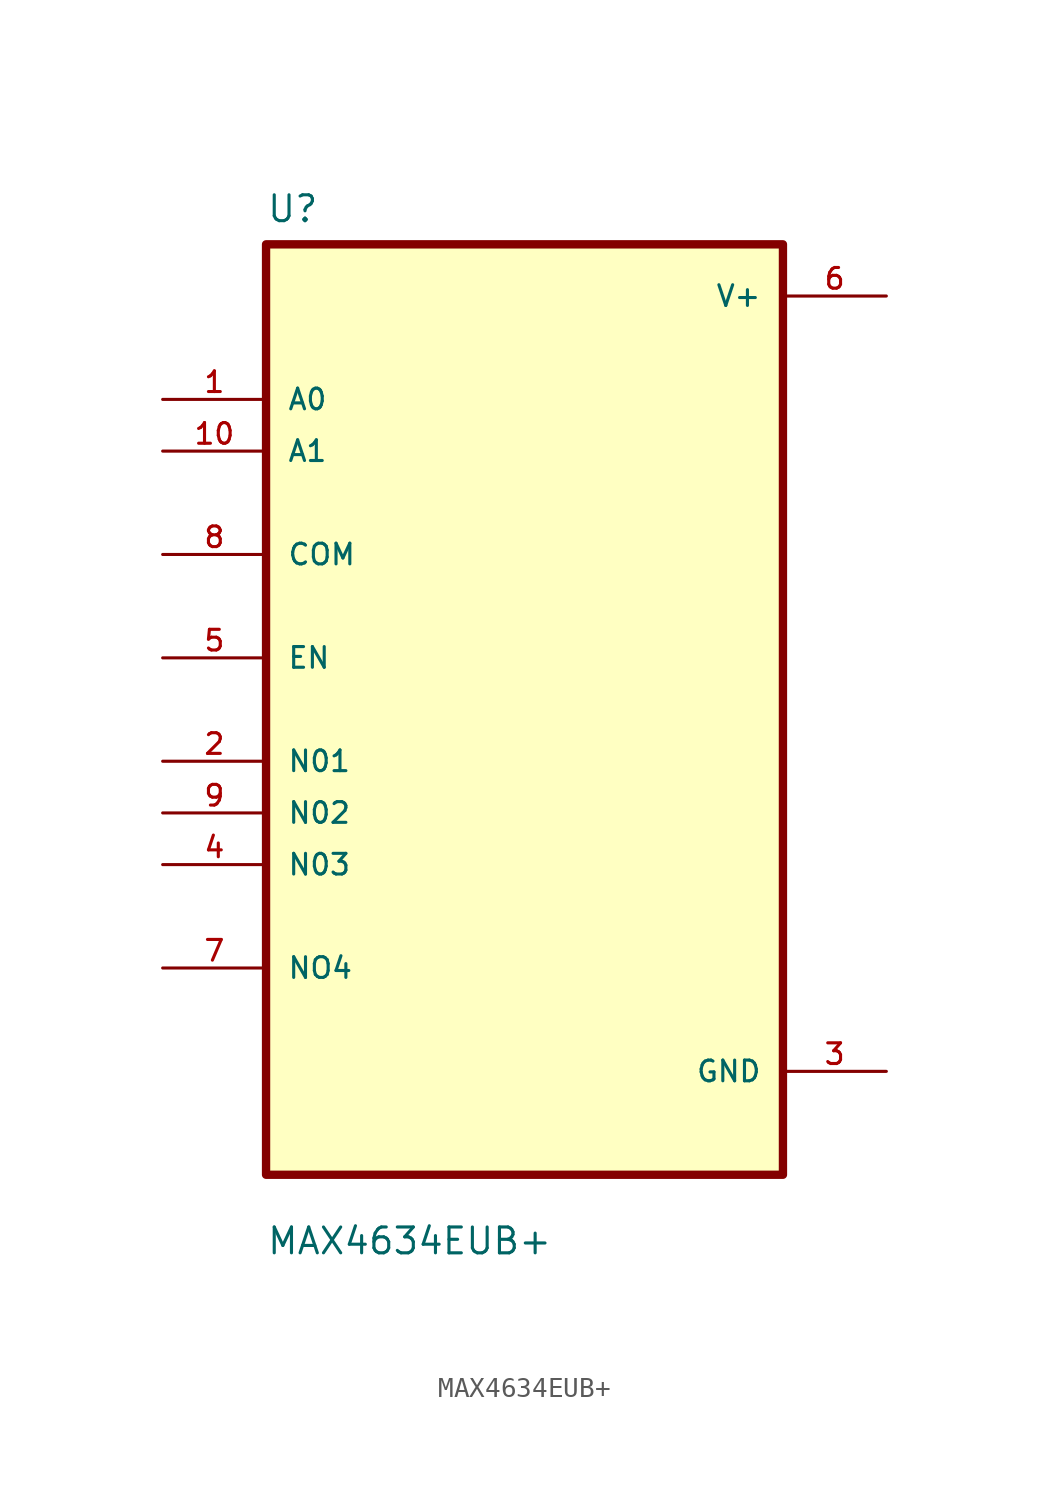
<source format=kicad_sym>
(kicad_symbol_lib
  (version 20211014)
  (generator kicad_symbol_editor)
  (symbol "MAX4634EUB+"
    (pin_names
      (offset 1.016))
    (property "Reference" "U"
      (at -12.7 23.86 0.0)
      (effects (font (size 1.27 1.27)) (justify bottom left)))
    (property "Value" "MAX4634EUB+"
      (at -12.7 -26.86 0.0)
      (effects (font (size 1.27 1.27)) (justify bottom left)))
    (symbol "MAX4634EUB+_0_0"
      (rectangle (start -12.7 -22.86) (end 12.7 22.86) (stroke (width 0.41)) (fill (type background)))
      (pin bidirectional line (at -17.78 15.24 0) (length 5.08) (name "A0" (effects (font (size 1.016 1.016)))) (number "1" (effects (font (size 1.016 1.016)))))
      (pin bidirectional line (at -17.78 12.7 0) (length 5.08) (name "A1" (effects (font (size 1.016 1.016)))) (number "10" (effects (font (size 1.016 1.016)))))
      (pin bidirectional line (at -17.78 7.62 0) (length 5.08) (name "COM" (effects (font (size 1.016 1.016)))) (number "8" (effects (font (size 1.016 1.016)))))
      (pin bidirectional line (at -17.78 2.54 0) (length 5.08) (name "EN" (effects (font (size 1.016 1.016)))) (number "5" (effects (font (size 1.016 1.016)))))
      (pin bidirectional line (at -17.78 -2.54 0) (length 5.08) (name "N01" (effects (font (size 1.016 1.016)))) (number "2" (effects (font (size 1.016 1.016)))))
      (pin bidirectional line (at -17.78 -5.08 0) (length 5.08) (name "N02" (effects (font (size 1.016 1.016)))) (number "9" (effects (font (size 1.016 1.016)))))
      (pin bidirectional line (at -17.78 -7.62 0) (length 5.08) (name "N03" (effects (font (size 1.016 1.016)))) (number "4" (effects (font (size 1.016 1.016)))))
      (pin bidirectional line (at -17.78 -12.7 0) (length 5.08) (name "NO4" (effects (font (size 1.016 1.016)))) (number "7" (effects (font (size 1.016 1.016)))))
      (pin power_in line (at 17.78 20.32 180.0) (length 5.08) (name "V+" (effects (font (size 1.016 1.016)))) (number "6" (effects (font (size 1.016 1.016)))))
      (pin power_in line (at 17.78 -17.78 180.0) (length 5.08) (name "GND" (effects (font (size 1.016 1.016)))) (number "3" (effects (font (size 1.016 1.016))))))))
</source>
